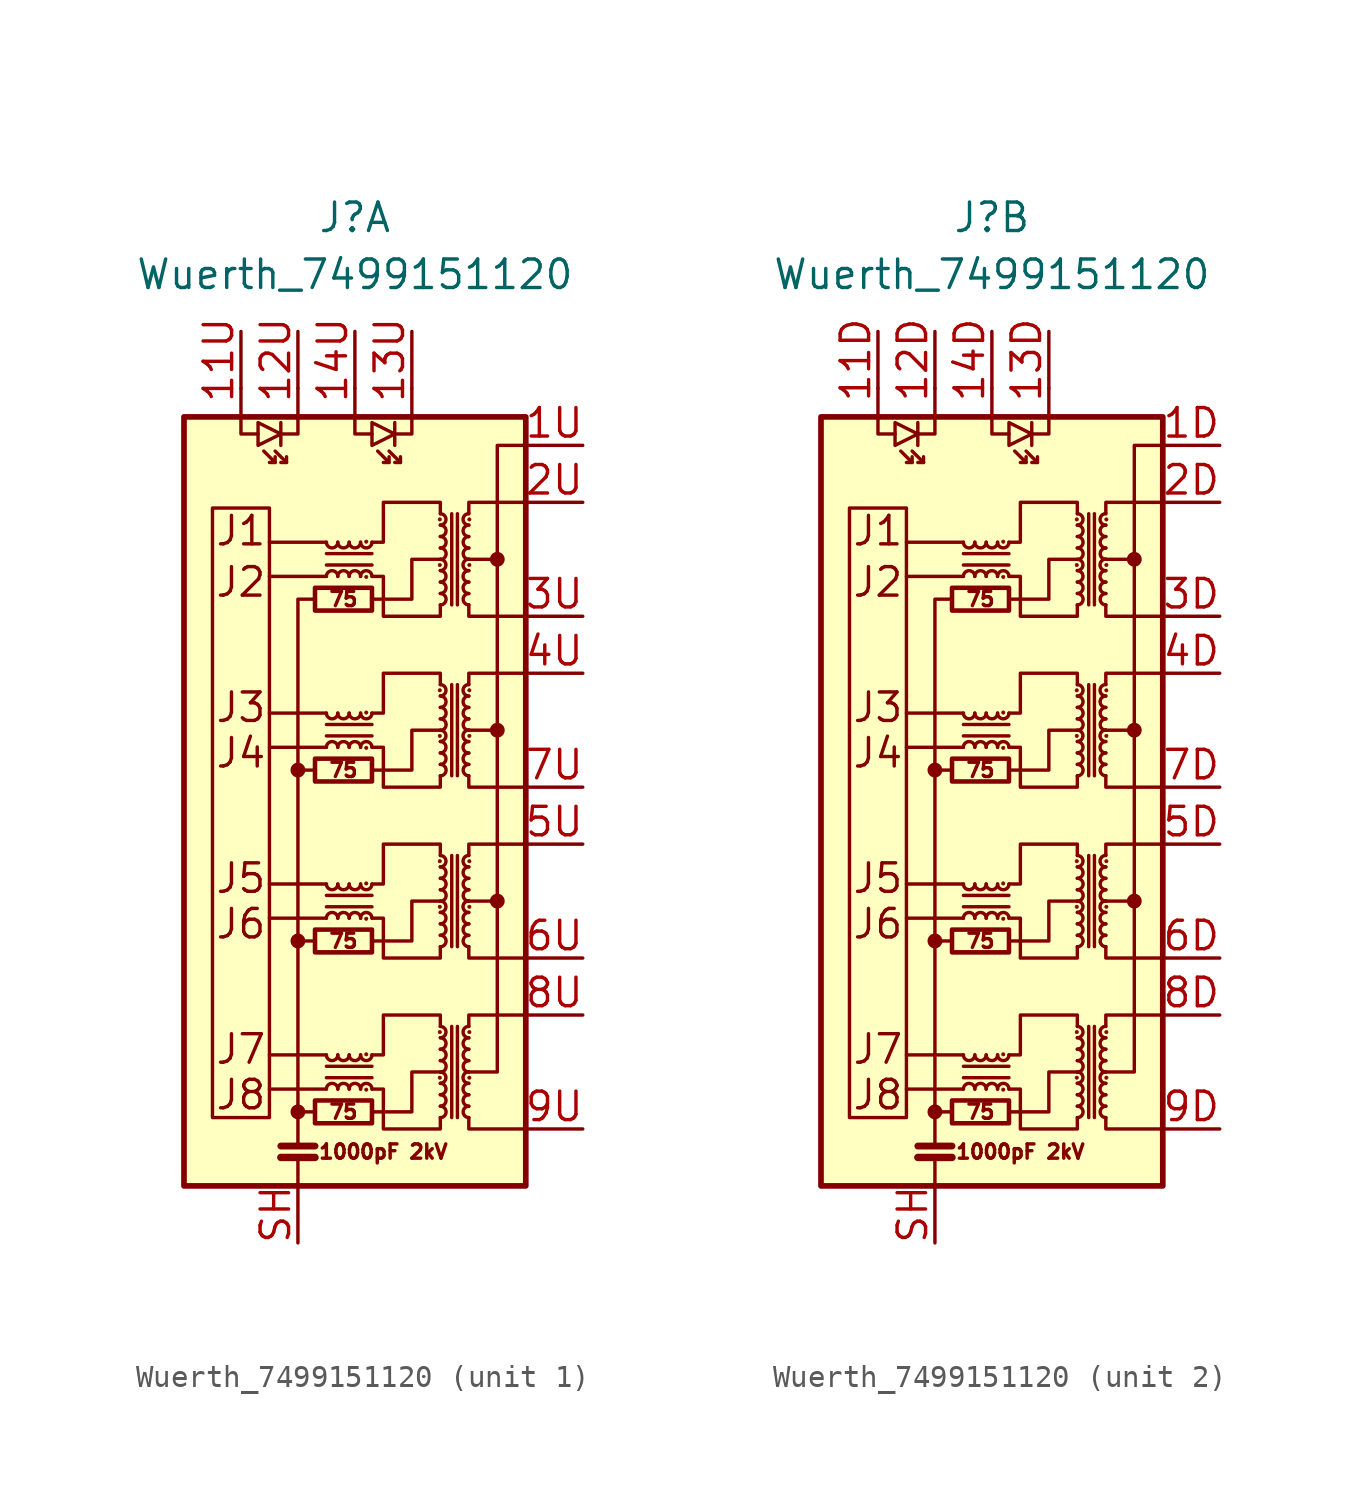
<source format=kicad_sym>
(kicad_symbol_lib
  (version 20220914)
  (generator kicad_symbol_editor)
  (symbol "Wuerth_7499151120"
    (pin_names
      (offset 0.025) hide)
    (property "Reference" "J"
      (at 0 25.4 0)
      (effects (font (size 1.27 1.27))))
    (property "Value" "Wuerth_7499151120"
      (at 0 22.86 0)
      (effects (font (size 1.27 1.27))))
    (property "ki_locked" ""
      (at 0 0 0)
      (effects (font (size 1.27 1.27))))
    (symbol "Wuerth_7499151120_0_0"
      (polyline (pts (xy -1.778 -14.478) (xy -2.54 -14.478)) (stroke (width 0) (type default)) (fill (type none)))
      (polyline (pts (xy -1.27 -13.462) (xy -3.81 -13.462)) (stroke (width 0) (type default)) (fill (type none)))
      (polyline (pts (xy -1.27 -11.938) (xy -3.81 -11.938)) (stroke (width 0) (type default)) (fill (type none)))
      (polyline (pts (xy -1.27 -5.842) (xy -3.81 -5.842)) (stroke (width 0) (type default)) (fill (type none)))
      (polyline (pts (xy -1.27 -4.318) (xy -3.81 -4.318)) (stroke (width 0) (type default)) (fill (type none)))
      (polyline (pts (xy -1.27 1.778) (xy -3.81 1.778)) (stroke (width 0) (type default)) (fill (type none)))
      (polyline (pts (xy -1.27 3.302) (xy -3.81 3.302)) (stroke (width 0) (type default)) (fill (type none)))
      (polyline (pts (xy -1.27 9.398) (xy -3.81 9.398)) (stroke (width 0) (type default)) (fill (type none)))
      (polyline (pts (xy -1.27 10.922) (xy -3.81 10.922)) (stroke (width 0) (type default)) (fill (type none)))
      (polyline (pts (xy 5.08 2.54) (xy 6.35 2.54)) (stroke (width 0) (type default)) (fill (type none)))
      (polyline (pts (xy 6.35 -5.08) (xy 5.08 -5.08)) (stroke (width 0) (type default)) (fill (type none)))
      (polyline (pts (xy 6.35 10.16) (xy 5.08 10.16)) (stroke (width 0) (type default)) (fill (type none)))
      (polyline (pts (xy 0.762 -14.478) (xy 2.54 -14.478) (xy 2.54 -12.7) (xy 3.81 -12.7)) (stroke (width 0) (type default)) (fill (type none)))
      (polyline (pts (xy 0.762 -6.858) (xy 2.54 -6.858) (xy 2.54 -5.08) (xy 3.81 -5.08)) (stroke (width 0) (type default)) (fill (type none)))
      (polyline (pts (xy 0.762 0.762) (xy 2.54 0.762) (xy 2.54 2.54) (xy 3.81 2.54)) (stroke (width 0) (type default)) (fill (type none)))
      (polyline (pts (xy 0.762 8.382) (xy 2.54 8.382) (xy 2.54 10.16) (xy 3.81 10.16)) (stroke (width 0) (type default)) (fill (type none)))
      (text "1000pF 2kV" (at 1.27 -16.256 0) (effects (font (size 0.635 0.635))))
      (text "75" (at -0.508 -14.478 0) (effects (font (size 0.635 0.635))))
      (text "75" (at -0.508 -6.858 0) (effects (font (size 0.635 0.635))))
      (text "75" (at -0.508 0.762 0) (effects (font (size 0.635 0.635))))
      (text "75" (at -0.508 8.382 0) (effects (font (size 0.635 0.635))))
      (text "J1" (at -5.08 11.43 0) (effects (font (size 1.27 1.27))))
      (text "J2" (at -5.08 9.144 0) (effects (font (size 1.27 1.27))))
      (text "J3" (at -5.08 3.556 0) (effects (font (size 1.27 1.27))))
      (text "J4" (at -5.08 1.524 0) (effects (font (size 1.27 1.27))))
      (text "J5" (at -5.08 -4.064 0) (effects (font (size 1.27 1.27))))
      (text "J6" (at -5.08 -6.096 0) (effects (font (size 1.27 1.27))))
      (text "J7" (at -5.08 -11.684 0) (effects (font (size 1.27 1.27))))
      (text "J8" (at -5.08 -13.716 0) (effects (font (size 1.27 1.27)))))
    (symbol "Wuerth_7499151120_0_1"
      (rectangle (start -3.81 -14.732) (end -6.35 12.446) (stroke (width 0) (type default)) (fill (type none)))
      (circle (center -2.54 -14.478) (radius 0.254) (stroke (width 0) (type default)) (fill (type outline)))
      (circle (center -2.54 -6.858) (radius 0.254) (stroke (width 0) (type default)) (fill (type outline)))
      (circle (center -2.54 0.762) (radius 0.254) (stroke (width 0) (type default)) (fill (type outline)))
      (rectangle (start -1.778 -14.986) (end 0.762 -13.97) (stroke (width 0.203) (type default)) (fill (type none)))
      (rectangle (start -1.778 -7.366) (end 0.762 -6.35) (stroke (width 0.203) (type default)) (fill (type none)))
      (rectangle (start -1.778 0.254) (end 0.762 1.27) (stroke (width 0.203) (type default)) (fill (type none)))
      (rectangle (start -1.778 7.874) (end 0.762 8.89) (stroke (width 0.203) (type default)) (fill (type none)))
      (arc (start -1.27 -11.938) (mid -1.016 -12.1909) (end -0.762 -11.938) (stroke (width 0) (type default)) (fill (type none)))
      (arc (start -1.27 -4.318) (mid -1.016 -4.5709) (end -0.762 -4.318) (stroke (width 0) (type default)) (fill (type none)))
      (arc (start -1.27 3.302) (mid -1.016 3.0491) (end -0.762 3.302) (stroke (width 0) (type default)) (fill (type none)))
      (arc (start -1.27 10.922) (mid -1.016 10.6691) (end -0.762 10.922) (stroke (width 0) (type default)) (fill (type none)))
      (arc (start -0.762 -13.462) (mid -1.016 -13.2091) (end -1.27 -13.462) (stroke (width 0) (type default)) (fill (type none)))
      (arc (start -0.762 -11.938) (mid -0.508 -12.1909) (end -0.254 -11.938) (stroke (width 0) (type default)) (fill (type none)))
      (arc (start -0.762 -5.842) (mid -1.016 -5.5891) (end -1.27 -5.842) (stroke (width 0) (type default)) (fill (type none)))
      (arc (start -0.762 -4.318) (mid -0.508 -4.5709) (end -0.254 -4.318) (stroke (width 0) (type default)) (fill (type none)))
      (arc (start -0.762 1.778) (mid -1.016 2.0309) (end -1.27 1.778) (stroke (width 0) (type default)) (fill (type none)))
      (arc (start -0.762 3.302) (mid -0.508 3.0491) (end -0.254 3.302) (stroke (width 0) (type default)) (fill (type none)))
      (arc (start -0.762 9.398) (mid -1.016 9.6509) (end -1.27 9.398) (stroke (width 0) (type default)) (fill (type none)))
      (arc (start -0.762 10.922) (mid -0.508 10.6691) (end -0.254 10.922) (stroke (width 0) (type default)) (fill (type none)))
      (arc (start -0.254 -13.462) (mid -0.508 -13.2091) (end -0.762 -13.462) (stroke (width 0) (type default)) (fill (type none)))
      (arc (start -0.254 -11.938) (mid 0 -12.1909) (end 0.254 -11.938) (stroke (width 0) (type default)) (fill (type none)))
      (arc (start -0.254 -5.842) (mid -0.508 -5.5891) (end -0.762 -5.842) (stroke (width 0) (type default)) (fill (type none)))
      (arc (start -0.254 -4.318) (mid 0 -4.5709) (end 0.254 -4.318) (stroke (width 0) (type default)) (fill (type none)))
      (arc (start -0.254 1.778) (mid -0.508 2.0309) (end -0.762 1.778) (stroke (width 0) (type default)) (fill (type none)))
      (arc (start -0.254 3.302) (mid 0 3.0491) (end 0.254 3.302) (stroke (width 0) (type default)) (fill (type none)))
      (arc (start -0.254 9.398) (mid -0.508 9.6509) (end -0.762 9.398) (stroke (width 0) (type default)) (fill (type none)))
      (arc (start -0.254 10.922) (mid 0 10.6691) (end 0.254 10.922) (stroke (width 0) (type default)) (fill (type none)))
      (polyline (pts (xy -3.556 14.478) (xy -4.064 14.986)) (stroke (width 0) (type default)) (fill (type none)))
      (polyline (pts (xy -3.302 -16.51) (xy -1.778 -16.51)) (stroke (width 0.33) (type default)) (fill (type none)))
      (polyline (pts (xy -3.302 -16.002) (xy -1.778 -16.002)) (stroke (width 0.305) (type default)) (fill (type none)))
      (polyline (pts (xy -3.302 16.256) (xy -3.302 15.24)) (stroke (width 0) (type default)) (fill (type none)))
      (polyline (pts (xy -3.048 14.478) (xy -3.556 14.986)) (stroke (width 0) (type default)) (fill (type none)))
      (polyline (pts (xy -2.54 -17.78) (xy -2.54 -16.51)) (stroke (width 0) (type default)) (fill (type none)))
      (polyline (pts (xy -2.54 0.762) (xy -1.778 0.762)) (stroke (width 0) (type default)) (fill (type none)))
      (polyline (pts (xy -1.778 -6.858) (xy -2.54 -6.858)) (stroke (width 0) (type default)) (fill (type none)))
      (polyline (pts (xy -1.27 -12.954) (xy 0.762 -12.954)) (stroke (width 0) (type default)) (fill (type none)))
      (polyline (pts (xy -1.27 -5.334) (xy 0.762 -5.334)) (stroke (width 0) (type default)) (fill (type none)))
      (polyline (pts (xy -1.27 2.286) (xy 0.762 2.286)) (stroke (width 0) (type default)) (fill (type none)))
      (polyline (pts (xy -1.27 9.906) (xy 0.762 9.906)) (stroke (width 0) (type default)) (fill (type none)))
      (polyline (pts (xy 0.762 -12.446) (xy -1.27 -12.446)) (stroke (width 0) (type default)) (fill (type none)))
      (polyline (pts (xy 0.762 -4.826) (xy -1.27 -4.826)) (stroke (width 0) (type default)) (fill (type none)))
      (polyline (pts (xy 0.762 2.794) (xy -1.27 2.794)) (stroke (width 0) (type default)) (fill (type none)))
      (polyline (pts (xy 0.762 10.414) (xy -1.27 10.414)) (stroke (width 0) (type default)) (fill (type none)))
      (polyline (pts (xy 1.524 14.478) (xy 1.016 14.986)) (stroke (width 0) (type default)) (fill (type none)))
      (polyline (pts (xy 1.778 16.256) (xy 1.778 15.24)) (stroke (width 0) (type default)) (fill (type none)))
      (polyline (pts (xy 2.032 14.478) (xy 1.524 14.986)) (stroke (width 0) (type default)) (fill (type none)))
      (polyline (pts (xy 4.318 -10.668) (xy 4.318 -14.732)) (stroke (width 0) (type default)) (fill (type none)))
      (polyline (pts (xy 4.318 -3.048) (xy 4.318 -7.112)) (stroke (width 0) (type default)) (fill (type none)))
      (polyline (pts (xy 4.318 4.572) (xy 4.318 0.508)) (stroke (width 0) (type default)) (fill (type none)))
      (polyline (pts (xy 4.318 12.192) (xy 4.318 8.128)) (stroke (width 0) (type default)) (fill (type none)))
      (polyline (pts (xy 4.572 -14.732) (xy 4.572 -10.668)) (stroke (width 0) (type default)) (fill (type none)))
      (polyline (pts (xy 4.572 -7.112) (xy 4.572 -3.048)) (stroke (width 0) (type default)) (fill (type none)))
      (polyline (pts (xy 4.572 0.508) (xy 4.572 4.572)) (stroke (width 0) (type default)) (fill (type none)))
      (polyline (pts (xy 4.572 8.128) (xy 4.572 12.192)) (stroke (width 0) (type default)) (fill (type none)))
      (polyline (pts (xy -5.08 17.78) (xy -5.08 15.748) (xy -4.318 15.748)) (stroke (width 0) (type default)) (fill (type none)))
      (polyline (pts (xy -3.556 14.732) (xy -3.556 14.478) (xy -3.81 14.478)) (stroke (width 0) (type default)) (fill (type none)))
      (polyline (pts (xy -3.048 14.732) (xy -3.048 14.478) (xy -3.302 14.478)) (stroke (width 0) (type default)) (fill (type none)))
      (polyline (pts (xy -2.54 -16.002) (xy -2.54 8.382) (xy -1.778 8.382)) (stroke (width 0) (type default)) (fill (type none)))
      (polyline (pts (xy -2.54 17.78) (xy -2.54 15.748) (xy -3.302 15.748)) (stroke (width 0) (type default)) (fill (type none)))
      (polyline (pts (xy 0 17.78) (xy 0 15.748) (xy 0.762 15.748)) (stroke (width 0) (type default)) (fill (type none)))
      (polyline (pts (xy 1.524 14.732) (xy 1.524 14.478) (xy 1.27 14.478)) (stroke (width 0) (type default)) (fill (type none)))
      (polyline (pts (xy 2.032 14.732) (xy 2.032 14.478) (xy 1.778 14.478)) (stroke (width 0) (type default)) (fill (type none)))
      (polyline (pts (xy 2.54 17.78) (xy 2.54 15.748) (xy 1.778 15.748)) (stroke (width 0) (type default)) (fill (type none)))
      (polyline (pts (xy 5.08 -14.732) (xy 5.08 -15.24) (xy 7.62 -15.24)) (stroke (width 0) (type default)) (fill (type none)))
      (polyline (pts (xy 5.08 -10.668) (xy 5.08 -10.16) (xy 7.62 -10.16)) (stroke (width 0) (type default)) (fill (type none)))
      (polyline (pts (xy 5.08 -7.112) (xy 5.08 -7.62) (xy 7.62 -7.62)) (stroke (width 0) (type default)) (fill (type none)))
      (polyline (pts (xy 5.08 -3.048) (xy 5.08 -2.54) (xy 7.62 -2.54)) (stroke (width 0) (type default)) (fill (type none)))
      (polyline (pts (xy 5.08 0.508) (xy 5.08 0) (xy 7.62 0)) (stroke (width 0) (type default)) (fill (type none)))
      (polyline (pts (xy 5.08 4.572) (xy 5.08 5.08) (xy 7.62 5.08)) (stroke (width 0) (type default)) (fill (type none)))
      (polyline (pts (xy 5.08 8.128) (xy 5.08 7.62) (xy 7.62 7.62)) (stroke (width 0) (type default)) (fill (type none)))
      (polyline (pts (xy 5.08 12.192) (xy 5.08 12.7) (xy 7.62 12.7)) (stroke (width 0) (type default)) (fill (type none)))
      (polyline (pts (xy -3.302 15.748) (xy -4.318 16.256) (xy -4.318 15.24) (xy -3.302 15.748)) (stroke (width 0) (type default)) (fill (type none)))
      (polyline (pts (xy 1.778 15.748) (xy 0.762 16.256) (xy 0.762 15.24) (xy 1.778 15.748)) (stroke (width 0) (type default)) (fill (type none)))
      (polyline (pts (xy 7.62 15.24) (xy 6.35 15.24) (xy 6.35 -12.7) (xy 5.08 -12.7)) (stroke (width 0) (type default)) (fill (type none)))
      (polyline (pts (xy 0.762 -11.938) (xy 1.27 -11.938) (xy 1.27 -10.16) (xy 3.81 -10.16) (xy 3.81 -10.668)) (stroke (width 0) (type default)) (fill (type none)))
      (polyline (pts (xy 0.762 -4.318) (xy 1.27 -4.318) (xy 1.27 -2.54) (xy 3.81 -2.54) (xy 3.81 -3.048)) (stroke (width 0) (type default)) (fill (type none)))
      (polyline (pts (xy 0.762 3.302) (xy 1.27 3.302) (xy 1.27 5.08) (xy 3.81 5.08) (xy 3.81 4.572)) (stroke (width 0) (type default)) (fill (type none)))
      (polyline (pts (xy 0.762 10.922) (xy 1.27 10.922) (xy 1.27 12.7) (xy 3.81 12.7) (xy 3.81 12.192)) (stroke (width 0) (type default)) (fill (type none)))
      (polyline (pts (xy 3.81 -14.732) (xy 3.81 -15.24) (xy 1.27 -15.24) (xy 1.27 -13.462) (xy 0.762 -13.462)) (stroke (width 0) (type default)) (fill (type none)))
      (polyline (pts (xy 3.81 -7.112) (xy 3.81 -7.62) (xy 1.27 -7.62) (xy 1.27 -5.842) (xy 0.762 -5.842)) (stroke (width 0) (type default)) (fill (type none)))
      (polyline (pts (xy 3.81 0.508) (xy 3.81 0) (xy 1.27 0) (xy 1.27 1.778) (xy 0.762 1.778)) (stroke (width 0) (type default)) (fill (type none)))
      (polyline (pts (xy 3.81 8.128) (xy 3.81 7.62) (xy 1.27 7.62) (xy 1.27 9.398) (xy 0.762 9.398)) (stroke (width 0) (type default)) (fill (type none)))
      (arc (start 0.254 -13.462) (mid 0 -13.2091) (end -0.254 -13.462) (stroke (width 0) (type default)) (fill (type none)))
      (arc (start 0.254 -11.938) (mid 0.508 -12.1909) (end 0.762 -11.938) (stroke (width 0) (type default)) (fill (type none)))
      (arc (start 0.254 -5.842) (mid 0 -5.5891) (end -0.254 -5.842) (stroke (width 0) (type default)) (fill (type none)))
      (arc (start 0.254 -4.318) (mid 0.508 -4.5709) (end 0.762 -4.318) (stroke (width 0) (type default)) (fill (type none)))
      (arc (start 0.254 1.778) (mid 0 2.0309) (end -0.254 1.778) (stroke (width 0) (type default)) (fill (type none)))
      (arc (start 0.254 3.302) (mid 0.508 3.0491) (end 0.762 3.302) (stroke (width 0) (type default)) (fill (type none)))
      (arc (start 0.254 9.398) (mid 0 9.6509) (end -0.254 9.398) (stroke (width 0) (type default)) (fill (type none)))
      (arc (start 0.254 10.922) (mid 0.508 10.6691) (end 0.762 10.922) (stroke (width 0) (type default)) (fill (type none)))
      (circle (center 0.508 -13.487) (radius 0.076) (stroke (width 0.025) (type default)) (fill (type outline)))
      (circle (center 0.508 -11.913) (radius 0.076) (stroke (width 0.025) (type default)) (fill (type outline)))
      (circle (center 0.508 -5.867) (radius 0.076) (stroke (width 0.025) (type default)) (fill (type outline)))
      (circle (center 0.508 -4.293) (radius 0.076) (stroke (width 0.025) (type default)) (fill (type outline)))
      (circle (center 0.508 1.753) (radius 0.076) (stroke (width 0.025) (type default)) (fill (type outline)))
      (circle (center 0.508 3.327) (radius 0.076) (stroke (width 0.025) (type default)) (fill (type outline)))
      (circle (center 0.508 9.373) (radius 0.076) (stroke (width 0.025) (type default)) (fill (type outline)))
      (circle (center 0.508 10.947) (radius 0.076) (stroke (width 0.025) (type default)) (fill (type outline)))
      (arc (start 0.762 -13.462) (mid 0.508 -13.2091) (end 0.254 -13.462) (stroke (width 0) (type default)) (fill (type none)))
      (arc (start 0.762 -5.842) (mid 0.508 -5.5891) (end 0.254 -5.842) (stroke (width 0) (type default)) (fill (type none)))
      (arc (start 0.762 1.778) (mid 0.508 2.0309) (end 0.254 1.778) (stroke (width 0) (type default)) (fill (type none)))
      (arc (start 0.762 9.398) (mid 0.508 9.6509) (end 0.254 9.398) (stroke (width 0) (type default)) (fill (type none)))
      (circle (center 3.785 -12.954) (radius 0.076) (stroke (width 0.025) (type default)) (fill (type outline)))
      (circle (center 3.785 -10.922) (radius 0.076) (stroke (width 0.025) (type default)) (fill (type outline)))
      (circle (center 3.785 -5.334) (radius 0.076) (stroke (width 0.025) (type default)) (fill (type outline)))
      (circle (center 3.785 -3.302) (radius 0.076) (stroke (width 0.025) (type default)) (fill (type outline)))
      (circle (center 3.785 2.286) (radius 0.076) (stroke (width 0.025) (type default)) (fill (type outline)))
      (circle (center 3.785 4.318) (radius 0.076) (stroke (width 0.025) (type default)) (fill (type outline)))
      (circle (center 3.785 9.906) (radius 0.076) (stroke (width 0.025) (type default)) (fill (type outline)))
      (circle (center 3.785 11.938) (radius 0.076) (stroke (width 0.025) (type default)) (fill (type outline)))
      (arc (start 3.81 -14.732) (mid 4.0629 -14.478) (end 3.81 -14.224) (stroke (width 0) (type default)) (fill (type none)))
      (arc (start 3.81 -14.224) (mid 4.0629 -13.97) (end 3.81 -13.716) (stroke (width 0) (type default)) (fill (type none)))
      (arc (start 3.81 -13.716) (mid 4.0629 -13.462) (end 3.81 -13.208) (stroke (width 0) (type default)) (fill (type none)))
      (arc (start 3.81 -13.208) (mid 4.0629 -12.954) (end 3.81 -12.7) (stroke (width 0) (type default)) (fill (type none)))
      (arc (start 3.81 -12.7) (mid 4.0629 -12.446) (end 3.81 -12.192) (stroke (width 0) (type default)) (fill (type none)))
      (arc (start 3.81 -12.192) (mid 4.0629 -11.938) (end 3.81 -11.684) (stroke (width 0) (type default)) (fill (type none)))
      (arc (start 3.81 -11.684) (mid 4.0629 -11.43) (end 3.81 -11.176) (stroke (width 0) (type default)) (fill (type none)))
      (arc (start 3.81 -11.176) (mid 4.0629 -10.922) (end 3.81 -10.668) (stroke (width 0) (type default)) (fill (type none)))
      (arc (start 3.81 -7.112) (mid 4.0629 -6.858) (end 3.81 -6.604) (stroke (width 0) (type default)) (fill (type none)))
      (arc (start 3.81 -6.604) (mid 4.0629 -6.35) (end 3.81 -6.096) (stroke (width 0) (type default)) (fill (type none)))
      (arc (start 3.81 -6.096) (mid 4.0629 -5.842) (end 3.81 -5.588) (stroke (width 0) (type default)) (fill (type none)))
      (arc (start 3.81 -5.588) (mid 4.0629 -5.334) (end 3.81 -5.08) (stroke (width 0) (type default)) (fill (type none)))
      (arc (start 3.81 -5.08) (mid 4.0629 -4.826) (end 3.81 -4.572) (stroke (width 0) (type default)) (fill (type none)))
      (arc (start 3.81 -4.572) (mid 4.0629 -4.318) (end 3.81 -4.064) (stroke (width 0) (type default)) (fill (type none)))
      (arc (start 3.81 -4.064) (mid 4.0629 -3.81) (end 3.81 -3.556) (stroke (width 0) (type default)) (fill (type none)))
      (arc (start 3.81 -3.556) (mid 4.0629 -3.302) (end 3.81 -3.048) (stroke (width 0) (type default)) (fill (type none)))
      (arc (start 3.81 0.508) (mid 4.0629 0.762) (end 3.81 1.016) (stroke (width 0) (type default)) (fill (type none)))
      (arc (start 3.81 1.016) (mid 4.0629 1.27) (end 3.81 1.524) (stroke (width 0) (type default)) (fill (type none)))
      (arc (start 3.81 1.524) (mid 4.0629 1.778) (end 3.81 2.032) (stroke (width 0) (type default)) (fill (type none)))
      (arc (start 3.81 2.032) (mid 4.0629 2.286) (end 3.81 2.54) (stroke (width 0) (type default)) (fill (type none)))
      (arc (start 3.81 2.54) (mid 4.0629 2.794) (end 3.81 3.048) (stroke (width 0) (type default)) (fill (type none)))
      (arc (start 3.81 3.048) (mid 4.0629 3.302) (end 3.81 3.556) (stroke (width 0) (type default)) (fill (type none)))
      (arc (start 3.81 3.556) (mid 4.0629 3.81) (end 3.81 4.064) (stroke (width 0) (type default)) (fill (type none)))
      (arc (start 3.81 4.064) (mid 4.0629 4.318) (end 3.81 4.572) (stroke (width 0) (type default)) (fill (type none)))
      (arc (start 3.81 8.128) (mid 4.0629 8.382) (end 3.81 8.636) (stroke (width 0) (type default)) (fill (type none)))
      (arc (start 3.81 8.636) (mid 4.0629 8.89) (end 3.81 9.144) (stroke (width 0) (type default)) (fill (type none)))
      (arc (start 3.81 9.144) (mid 4.0629 9.398) (end 3.81 9.652) (stroke (width 0) (type default)) (fill (type none)))
      (arc (start 3.81 9.652) (mid 4.0629 9.906) (end 3.81 10.16) (stroke (width 0) (type default)) (fill (type none)))
      (arc (start 3.81 10.16) (mid 4.0629 10.414) (end 3.81 10.668) (stroke (width 0) (type default)) (fill (type none)))
      (arc (start 3.81 10.668) (mid 4.0629 10.922) (end 3.81 11.176) (stroke (width 0) (type default)) (fill (type none)))
      (arc (start 3.81 11.176) (mid 4.0629 11.43) (end 3.81 11.684) (stroke (width 0) (type default)) (fill (type none)))
      (arc (start 3.81 11.684) (mid 4.0629 11.938) (end 3.81 12.192) (stroke (width 0) (type default)) (fill (type none)))
      (arc (start 5.08 -14.224) (mid 4.8271 -14.478) (end 5.08 -14.732) (stroke (width 0) (type default)) (fill (type none)))
      (arc (start 5.08 -13.716) (mid 4.8271 -13.97) (end 5.08 -14.224) (stroke (width 0) (type default)) (fill (type none)))
      (arc (start 5.08 -13.208) (mid 4.8271 -13.462) (end 5.08 -13.716) (stroke (width 0) (type default)) (fill (type none)))
      (arc (start 5.08 -12.7) (mid 4.8271 -12.954) (end 5.08 -13.208) (stroke (width 0) (type default)) (fill (type none)))
      (arc (start 5.08 -12.192) (mid 4.8271 -12.446) (end 5.08 -12.7) (stroke (width 0) (type default)) (fill (type none)))
      (arc (start 5.08 -11.684) (mid 4.8271 -11.938) (end 5.08 -12.192) (stroke (width 0) (type default)) (fill (type none)))
      (arc (start 5.08 -11.176) (mid 4.8271 -11.43) (end 5.08 -11.684) (stroke (width 0) (type default)) (fill (type none)))
      (arc (start 5.08 -10.668) (mid 4.8271 -10.922) (end 5.08 -11.176) (stroke (width 0) (type default)) (fill (type none)))
      (arc (start 5.08 -6.604) (mid 4.8271 -6.858) (end 5.08 -7.112) (stroke (width 0) (type default)) (fill (type none)))
      (arc (start 5.08 -6.096) (mid 4.8271 -6.35) (end 5.08 -6.604) (stroke (width 0) (type default)) (fill (type none)))
      (arc (start 5.08 -5.588) (mid 4.8271 -5.842) (end 5.08 -6.096) (stroke (width 0) (type default)) (fill (type none)))
      (arc (start 5.08 -5.08) (mid 4.8271 -5.334) (end 5.08 -5.588) (stroke (width 0) (type default)) (fill (type none)))
      (arc (start 5.08 -4.572) (mid 4.8271 -4.826) (end 5.08 -5.08) (stroke (width 0) (type default)) (fill (type none)))
      (arc (start 5.08 -4.064) (mid 4.8271 -4.318) (end 5.08 -4.572) (stroke (width 0) (type default)) (fill (type none)))
      (arc (start 5.08 -3.556) (mid 4.8271 -3.81) (end 5.08 -4.064) (stroke (width 0) (type default)) (fill (type none)))
      (arc (start 5.08 -3.048) (mid 4.8271 -3.302) (end 5.08 -3.556) (stroke (width 0) (type default)) (fill (type none)))
      (arc (start 5.08 1.016) (mid 4.8271 0.762) (end 5.08 0.508) (stroke (width 0) (type default)) (fill (type none)))
      (arc (start 5.08 1.524) (mid 4.8271 1.27) (end 5.08 1.016) (stroke (width 0) (type default)) (fill (type none)))
      (arc (start 5.08 2.032) (mid 4.8271 1.778) (end 5.08 1.524) (stroke (width 0) (type default)) (fill (type none)))
      (arc (start 5.08 2.54) (mid 4.8271 2.286) (end 5.08 2.032) (stroke (width 0) (type default)) (fill (type none)))
      (arc (start 5.08 3.048) (mid 4.8271 2.794) (end 5.08 2.54) (stroke (width 0) (type default)) (fill (type none)))
      (arc (start 5.08 3.556) (mid 4.8271 3.302) (end 5.08 3.048) (stroke (width 0) (type default)) (fill (type none)))
      (arc (start 5.08 4.064) (mid 4.8271 3.81) (end 5.08 3.556) (stroke (width 0) (type default)) (fill (type none)))
      (arc (start 5.08 4.572) (mid 4.8271 4.318) (end 5.08 4.064) (stroke (width 0) (type default)) (fill (type none)))
      (arc (start 5.08 8.636) (mid 4.8271 8.382) (end 5.08 8.128) (stroke (width 0) (type default)) (fill (type none)))
      (arc (start 5.08 9.144) (mid 4.8271 8.89) (end 5.08 8.636) (stroke (width 0) (type default)) (fill (type none)))
      (arc (start 5.08 9.652) (mid 4.8271 9.398) (end 5.08 9.144) (stroke (width 0) (type default)) (fill (type none)))
      (arc (start 5.08 10.16) (mid 4.8271 9.906) (end 5.08 9.652) (stroke (width 0) (type default)) (fill (type none)))
      (arc (start 5.08 10.668) (mid 4.8271 10.414) (end 5.08 10.16) (stroke (width 0) (type default)) (fill (type none)))
      (arc (start 5.08 11.176) (mid 4.8271 10.922) (end 5.08 10.668) (stroke (width 0) (type default)) (fill (type none)))
      (arc (start 5.08 11.684) (mid 4.8271 11.43) (end 5.08 11.176) (stroke (width 0) (type default)) (fill (type none)))
      (arc (start 5.08 12.192) (mid 4.8271 11.938) (end 5.08 11.684) (stroke (width 0) (type default)) (fill (type none)))
      (circle (center 5.105 -12.954) (radius 0.076) (stroke (width 0.025) (type default)) (fill (type outline)))
      (circle (center 5.105 -10.922) (radius 0.076) (stroke (width 0.025) (type default)) (fill (type outline)))
      (circle (center 5.105 -5.334) (radius 0.076) (stroke (width 0.025) (type default)) (fill (type outline)))
      (circle (center 5.105 -3.302) (radius 0.076) (stroke (width 0.025) (type default)) (fill (type outline)))
      (circle (center 5.105 2.286) (radius 0.076) (stroke (width 0.025) (type default)) (fill (type outline)))
      (circle (center 5.105 4.318) (radius 0.076) (stroke (width 0.025) (type default)) (fill (type outline)))
      (circle (center 5.105 9.906) (radius 0.076) (stroke (width 0.025) (type default)) (fill (type outline)))
      (circle (center 5.105 11.938) (radius 0.076) (stroke (width 0.025) (type default)) (fill (type outline)))
      (circle (center 6.35 -5.08) (radius 0.254) (stroke (width 0) (type default)) (fill (type outline)))
      (circle (center 6.35 2.54) (radius 0.254) (stroke (width 0) (type default)) (fill (type outline)))
      (circle (center 6.35 10.16) (radius 0.254) (stroke (width 0) (type default)) (fill (type outline)))
      (rectangle (start 7.62 16.51) (end -7.62 -17.78) (stroke (width 0.254) (type default)) (fill (type background)))
      (pin power_in line (at -2.54 -20.32 90) (length 2.54) (name "~" (effects (font (size 1.27 1.27)))) (number "SH" (effects (font (size 1.27 1.27))))))
    (symbol "Wuerth_7499151120_1_1"
      (pin no_connect line (at 0 -17.78 90) (length 2.54) hide (name "~" (effects (font (size 1.27 1.27)))) (number "10U" (effects (font (size 1.27 1.27)))))
      (pin passive line (at -5.08 20.32 270) (length 2.54) (name "~" (effects (font (size 1.27 1.27)))) (number "11U" (effects (font (size 1.27 1.27)))))
      (pin passive line (at -2.54 20.32 270) (length 2.54) (name "~" (effects (font (size 1.27 1.27)))) (number "12U" (effects (font (size 1.27 1.27)))))
      (pin passive line (at 2.54 20.32 270) (length 2.54) (name "~" (effects (font (size 1.27 1.27)))) (number "13U" (effects (font (size 1.27 1.27)))))
      (pin passive line (at 0 20.32 270) (length 2.54) (name "~" (effects (font (size 1.27 1.27)))) (number "14U" (effects (font (size 1.27 1.27)))))
      (pin passive line (at 10.16 15.24 180) (length 2.54) (name "~" (effects (font (size 1.27 1.27)))) (number "1U" (effects (font (size 1.27 1.27)))))
      (pin passive line (at 10.16 12.7 180) (length 2.54) (name "~" (effects (font (size 1.27 1.27)))) (number "2U" (effects (font (size 1.27 1.27)))))
      (pin passive line (at 10.16 7.62 180) (length 2.54) (name "~" (effects (font (size 1.27 1.27)))) (number "3U" (effects (font (size 1.27 1.27)))))
      (pin passive line (at 10.16 5.08 180) (length 2.54) (name "~" (effects (font (size 1.27 1.27)))) (number "4U" (effects (font (size 1.27 1.27)))))
      (pin passive line (at 10.16 -2.54 180) (length 2.54) (name "~" (effects (font (size 1.27 1.27)))) (number "5U" (effects (font (size 1.27 1.27)))))
      (pin passive line (at 10.16 -7.62 180) (length 2.54) (name "~" (effects (font (size 1.27 1.27)))) (number "6U" (effects (font (size 1.27 1.27)))))
      (pin passive line (at 10.16 0 180) (length 2.54) (name "~" (effects (font (size 1.27 1.27)))) (number "7U" (effects (font (size 1.27 1.27)))))
      (pin passive line (at 10.16 -10.16 180) (length 2.54) (name "~" (effects (font (size 1.27 1.27)))) (number "8U" (effects (font (size 1.27 1.27)))))
      (pin passive line (at 10.16 -15.24 180) (length 2.54) (name "~" (effects (font (size 1.27 1.27)))) (number "9U" (effects (font (size 1.27 1.27))))))
    (symbol "Wuerth_7499151120_2_1"
      (pin no_connect line (at 0 -17.78 90) (length 2.54) hide (name "~" (effects (font (size 1.27 1.27)))) (number "10D" (effects (font (size 1.27 1.27)))))
      (pin passive line (at -5.08 20.32 270) (length 2.54) (name "~" (effects (font (size 1.27 1.27)))) (number "11D" (effects (font (size 1.27 1.27)))))
      (pin passive line (at -2.54 20.32 270) (length 2.54) (name "~" (effects (font (size 1.27 1.27)))) (number "12D" (effects (font (size 1.27 1.27)))))
      (pin passive line (at 2.54 20.32 270) (length 2.54) (name "~" (effects (font (size 1.27 1.27)))) (number "13D" (effects (font (size 1.27 1.27)))))
      (pin passive line (at 0 20.32 270) (length 2.54) (name "~" (effects (font (size 1.27 1.27)))) (number "14D" (effects (font (size 1.27 1.27)))))
      (pin passive line (at 10.16 15.24 180) (length 2.54) (name "~" (effects (font (size 1.27 1.27)))) (number "1D" (effects (font (size 1.27 1.27)))))
      (pin passive line (at 10.16 12.7 180) (length 2.54) (name "~" (effects (font (size 1.27 1.27)))) (number "2D" (effects (font (size 1.27 1.27)))))
      (pin passive line (at 10.16 7.62 180) (length 2.54) (name "~" (effects (font (size 1.27 1.27)))) (number "3D" (effects (font (size 1.27 1.27)))))
      (pin passive line (at 10.16 5.08 180) (length 2.54) (name "~" (effects (font (size 1.27 1.27)))) (number "4D" (effects (font (size 1.27 1.27)))))
      (pin passive line (at 10.16 -2.54 180) (length 2.54) (name "~" (effects (font (size 1.27 1.27)))) (number "5D" (effects (font (size 1.27 1.27)))))
      (pin passive line (at 10.16 -7.62 180) (length 2.54) (name "~" (effects (font (size 1.27 1.27)))) (number "6D" (effects (font (size 1.27 1.27)))))
      (pin passive line (at 10.16 0 180) (length 2.54) (name "~" (effects (font (size 1.27 1.27)))) (number "7D" (effects (font (size 1.27 1.27)))))
      (pin passive line (at 10.16 -10.16 180) (length 2.54) (name "~" (effects (font (size 1.27 1.27)))) (number "8D" (effects (font (size 1.27 1.27)))))
      (pin passive line (at 10.16 -15.24 180) (length 2.54) (name "~" (effects (font (size 1.27 1.27)))) (number "9D" (effects (font (size 1.27 1.27))))))))
</source>
